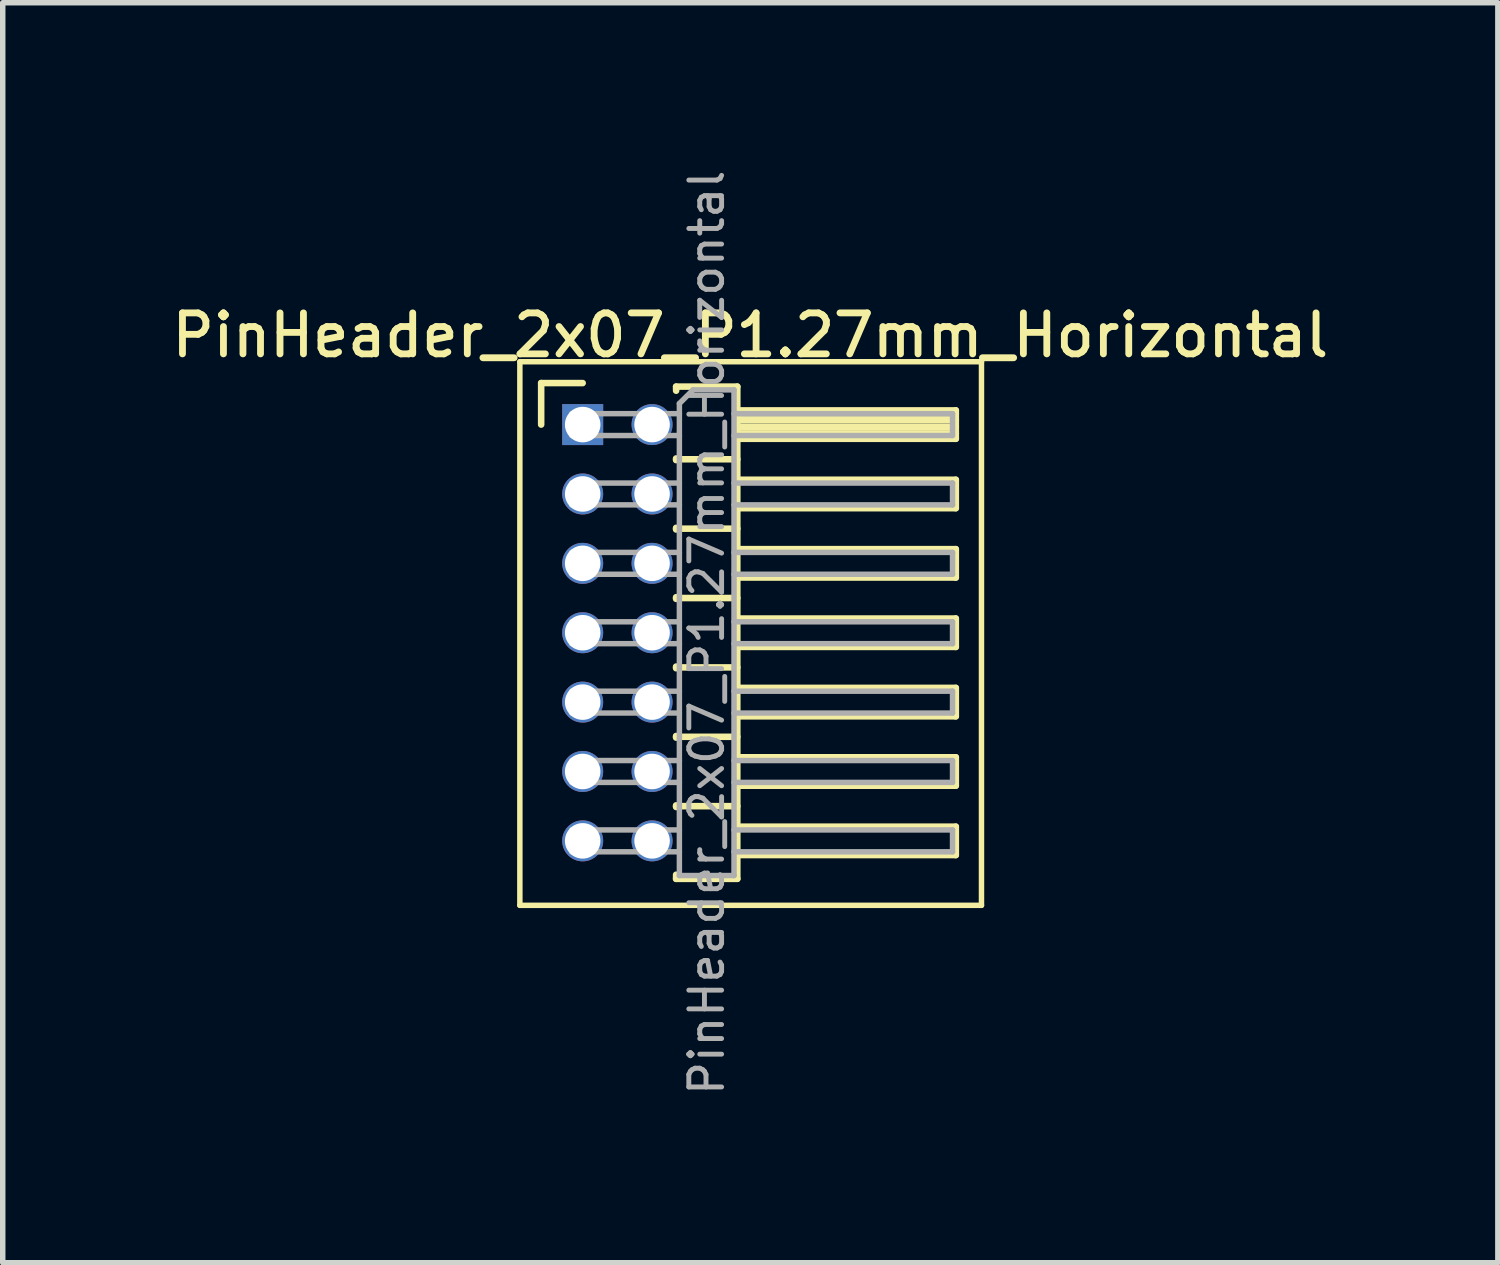
<source format=kicad_pcb>
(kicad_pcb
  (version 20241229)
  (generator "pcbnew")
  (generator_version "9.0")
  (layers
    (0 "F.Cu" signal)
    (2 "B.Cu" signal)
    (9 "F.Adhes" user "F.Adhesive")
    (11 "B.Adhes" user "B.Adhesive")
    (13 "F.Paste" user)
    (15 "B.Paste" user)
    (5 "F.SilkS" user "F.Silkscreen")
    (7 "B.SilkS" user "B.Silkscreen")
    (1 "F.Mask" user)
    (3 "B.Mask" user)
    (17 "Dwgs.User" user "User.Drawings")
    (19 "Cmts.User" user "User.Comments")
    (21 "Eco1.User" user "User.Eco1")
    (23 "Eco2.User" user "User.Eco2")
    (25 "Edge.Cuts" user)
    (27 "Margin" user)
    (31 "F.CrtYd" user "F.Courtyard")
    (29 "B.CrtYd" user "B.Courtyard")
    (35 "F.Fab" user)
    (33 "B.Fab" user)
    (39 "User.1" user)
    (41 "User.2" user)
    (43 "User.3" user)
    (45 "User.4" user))
  (footprint "PinHeader_2x07_P1.27mm_Horizontal"
    (layer "F.Cu")
    (at 7.616 4.722)
    (property "Reference" "PinHeader_2x07_P1.27mm_Horizontal" (at 3.067 -1.635 0) (layer "F.SilkS") (effects (font (size 0.75 0.75) (thickness 0.125))))
    (attr through_hole)
    (fp_line (start -1.15 -1.15) (end -1.15 8.8) (stroke (width 0.1) (type solid)) (layer "F.SilkS"))
    (fp_line (start -1.15 8.8) (end 7.3 8.8) (stroke (width 0.1) (type solid)) (layer "F.SilkS"))
    (fp_line (start -0.76 -0.76) (end 0 -0.76) (stroke (width 0.12) (type solid)) (layer "F.SilkS"))
    (fp_line (start -0.76 0) (end -0.76 -0.76) (stroke (width 0.12) (type solid)) (layer "F.SilkS"))
    (fp_line (start 1.71 -0.695) (end 2.83 -0.695) (stroke (width 0.12) (type solid)) (layer "F.SilkS"))
    (fp_line (start 1.71 -0.62) (end 1.71 -0.695) (stroke (width 0.12) (type solid)) (layer "F.SilkS"))
    (fp_line (start 1.71 0.62) (end 1.71 0.65) (stroke (width 0.12) (type solid)) (layer "F.SilkS"))
    (fp_line (start 1.71 0.635) (end 2.83 0.635) (stroke (width 0.12) (type solid)) (layer "F.SilkS"))
    (fp_line (start 1.71 1.89) (end 1.71 1.92) (stroke (width 0.12) (type solid)) (layer "F.SilkS"))
    (fp_line (start 1.71 1.905) (end 2.83 1.905) (stroke (width 0.12) (type solid)) (layer "F.SilkS"))
    (fp_line (start 1.71 3.16) (end 1.71 3.19) (stroke (width 0.12) (type solid)) (layer "F.SilkS"))
    (fp_line (start 1.71 3.175) (end 2.83 3.175) (stroke (width 0.12) (type solid)) (layer "F.SilkS"))
    (fp_line (start 1.71 4.43) (end 1.71 4.46) (stroke (width 0.12) (type solid)) (layer "F.SilkS"))
    (fp_line (start 1.71 4.445) (end 2.83 4.445) (stroke (width 0.12) (type solid)) (layer "F.SilkS"))
    (fp_line (start 1.71 5.7) (end 1.71 5.73) (stroke (width 0.12) (type solid)) (layer "F.SilkS"))
    (fp_line (start 1.71 5.715) (end 2.83 5.715) (stroke (width 0.12) (type solid)) (layer "F.SilkS"))
    (fp_line (start 1.71 6.97) (end 1.71 7) (stroke (width 0.12) (type solid)) (layer "F.SilkS"))
    (fp_line (start 1.71 6.985) (end 2.83 6.985) (stroke (width 0.12) (type solid)) (layer "F.SilkS"))
    (fp_line (start 1.71 8.315) (end 1.71 8.24) (stroke (width 0.12) (type solid)) (layer "F.SilkS"))
    (fp_line (start 2.83 -0.695) (end 2.83 8.315) (stroke (width 0.12) (type solid)) (layer "F.SilkS"))
    (fp_line (start 2.83 -0.26) (end 6.83 -0.26) (stroke (width 0.12) (type solid)) (layer "F.SilkS"))
    (fp_line (start 2.83 -0.2) (end 6.83 -0.2) (stroke (width 0.12) (type solid)) (layer "F.SilkS"))
    (fp_line (start 2.83 -0.08) (end 6.83 -0.08) (stroke (width 0.12) (type solid)) (layer "F.SilkS"))
    (fp_line (start 2.83 0.04) (end 6.83 0.04) (stroke (width 0.12) (type solid)) (layer "F.SilkS"))
    (fp_line (start 2.83 0.16) (end 6.83 0.16) (stroke (width 0.12) (type solid)) (layer "F.SilkS"))
    (fp_line (start 2.83 1.01) (end 6.83 1.01) (stroke (width 0.12) (type solid)) (layer "F.SilkS"))
    (fp_line (start 2.83 2.28) (end 6.83 2.28) (stroke (width 0.12) (type solid)) (layer "F.SilkS"))
    (fp_line (start 2.83 3.55) (end 6.83 3.55) (stroke (width 0.12) (type solid)) (layer "F.SilkS"))
    (fp_line (start 2.83 4.82) (end 6.83 4.82) (stroke (width 0.12) (type solid)) (layer "F.SilkS"))
    (fp_line (start 2.83 6.09) (end 6.83 6.09) (stroke (width 0.12) (type solid)) (layer "F.SilkS"))
    (fp_line (start 2.83 7.36) (end 6.83 7.36) (stroke (width 0.12) (type solid)) (layer "F.SilkS"))
    (fp_line (start 2.83 8.315) (end 1.71 8.315) (stroke (width 0.12) (type solid)) (layer "F.SilkS"))
    (fp_line (start 6.83 -0.26) (end 6.83 0.26) (stroke (width 0.12) (type solid)) (layer "F.SilkS"))
    (fp_line (start 6.83 0.26) (end 2.83 0.26) (stroke (width 0.12) (type solid)) (layer "F.SilkS"))
    (fp_line (start 6.83 1.01) (end 6.83 1.53) (stroke (width 0.12) (type solid)) (layer "F.SilkS"))
    (fp_line (start 6.83 1.53) (end 2.83 1.53) (stroke (width 0.12) (type solid)) (layer "F.SilkS"))
    (fp_line (start 6.83 2.28) (end 6.83 2.8) (stroke (width 0.12) (type solid)) (layer "F.SilkS"))
    (fp_line (start 6.83 2.8) (end 2.83 2.8) (stroke (width 0.12) (type solid)) (layer "F.SilkS"))
    (fp_line (start 6.83 3.55) (end 6.83 4.07) (stroke (width 0.12) (type solid)) (layer "F.SilkS"))
    (fp_line (start 6.83 4.07) (end 2.83 4.07) (stroke (width 0.12) (type solid)) (layer "F.SilkS"))
    (fp_line (start 6.83 4.82) (end 6.83 5.34) (stroke (width 0.12) (type solid)) (layer "F.SilkS"))
    (fp_line (start 6.83 5.34) (end 2.83 5.34) (stroke (width 0.12) (type solid)) (layer "F.SilkS"))
    (fp_line (start 6.83 6.09) (end 6.83 6.61) (stroke (width 0.12) (type solid)) (layer "F.SilkS"))
    (fp_line (start 6.83 6.61) (end 2.83 6.61) (stroke (width 0.12) (type solid)) (layer "F.SilkS"))
    (fp_line (start 6.83 7.36) (end 6.83 7.88) (stroke (width 0.12) (type solid)) (layer "F.SilkS"))
    (fp_line (start 6.83 7.88) (end 2.83 7.88) (stroke (width 0.12) (type solid)) (layer "F.SilkS"))
    (fp_line (start 7.3 -1.15) (end -1.15 -1.15) (stroke (width 0.1) (type solid)) (layer "F.SilkS"))
    (fp_line (start 7.3 8.8) (end 7.3 -1.15) (stroke (width 0.1) (type solid)) (layer "F.SilkS"))
    (fp_line (start -0.2 -0.2) (end -0.2 0.2) (stroke (width 0.1) (type solid)) (layer "F.Fab"))
    (fp_line (start -0.2 -0.2) (end 1.77 -0.2) (stroke (width 0.1) (type solid)) (layer "F.Fab"))
    (fp_line (start -0.2 0.2) (end 1.77 0.2) (stroke (width 0.1) (type solid)) (layer "F.Fab"))
    (fp_line (start -0.2 1.07) (end -0.2 1.47) (stroke (width 0.1) (type solid)) (layer "F.Fab"))
    (fp_line (start -0.2 1.07) (end 1.77 1.07) (stroke (width 0.1) (type solid)) (layer "F.Fab"))
    (fp_line (start -0.2 1.47) (end 1.77 1.47) (stroke (width 0.1) (type solid)) (layer "F.Fab"))
    (fp_line (start -0.2 2.34) (end -0.2 2.74) (stroke (width 0.1) (type solid)) (layer "F.Fab"))
    (fp_line (start -0.2 2.34) (end 1.77 2.34) (stroke (width 0.1) (type solid)) (layer "F.Fab"))
    (fp_line (start -0.2 2.74) (end 1.77 2.74) (stroke (width 0.1) (type solid)) (layer "F.Fab"))
    (fp_line (start -0.2 3.61) (end -0.2 4.01) (stroke (width 0.1) (type solid)) (layer "F.Fab"))
    (fp_line (start -0.2 3.61) (end 1.77 3.61) (stroke (width 0.1) (type solid)) (layer "F.Fab"))
    (fp_line (start -0.2 4.01) (end 1.77 4.01) (stroke (width 0.1) (type solid)) (layer "F.Fab"))
    (fp_line (start -0.2 4.88) (end -0.2 5.28) (stroke (width 0.1) (type solid)) (layer "F.Fab"))
    (fp_line (start -0.2 4.88) (end 1.77 4.88) (stroke (width 0.1) (type solid)) (layer "F.Fab"))
    (fp_line (start -0.2 5.28) (end 1.77 5.28) (stroke (width 0.1) (type solid)) (layer "F.Fab"))
    (fp_line (start -0.2 6.15) (end -0.2 6.55) (stroke (width 0.1) (type solid)) (layer "F.Fab"))
    (fp_line (start -0.2 6.15) (end 1.77 6.15) (stroke (width 0.1) (type solid)) (layer "F.Fab"))
    (fp_line (start -0.2 6.55) (end 1.77 6.55) (stroke (width 0.1) (type solid)) (layer "F.Fab"))
    (fp_line (start -0.2 7.42) (end -0.2 7.82) (stroke (width 0.1) (type solid)) (layer "F.Fab"))
    (fp_line (start -0.2 7.42) (end 1.77 7.42) (stroke (width 0.1) (type solid)) (layer "F.Fab"))
    (fp_line (start -0.2 7.82) (end 1.77 7.82) (stroke (width 0.1) (type solid)) (layer "F.Fab"))
    (fp_line (start 1.77 -0.385) (end 2.02 -0.635) (stroke (width 0.1) (type solid)) (layer "F.Fab"))
    (fp_line (start 1.77 8.255) (end 1.77 -0.385) (stroke (width 0.1) (type solid)) (layer "F.Fab"))
    (fp_line (start 2.02 -0.635) (end 2.77 -0.635) (stroke (width 0.1) (type solid)) (layer "F.Fab"))
    (fp_line (start 2.77 -0.635) (end 2.77 8.255) (stroke (width 0.1) (type solid)) (layer "F.Fab"))
    (fp_line (start 2.77 -0.2) (end 6.77 -0.2) (stroke (width 0.1) (type solid)) (layer "F.Fab"))
    (fp_line (start 2.77 0.2) (end 6.77 0.2) (stroke (width 0.1) (type solid)) (layer "F.Fab"))
    (fp_line (start 2.77 1.07) (end 6.77 1.07) (stroke (width 0.1) (type solid)) (layer "F.Fab"))
    (fp_line (start 2.77 1.47) (end 6.77 1.47) (stroke (width 0.1) (type solid)) (layer "F.Fab"))
    (fp_line (start 2.77 2.34) (end 6.77 2.34) (stroke (width 0.1) (type solid)) (layer "F.Fab"))
    (fp_line (start 2.77 2.74) (end 6.77 2.74) (stroke (width 0.1) (type solid)) (layer "F.Fab"))
    (fp_line (start 2.77 3.61) (end 6.77 3.61) (stroke (width 0.1) (type solid)) (layer "F.Fab"))
    (fp_line (start 2.77 4.01) (end 6.77 4.01) (stroke (width 0.1) (type solid)) (layer "F.Fab"))
    (fp_line (start 2.77 4.88) (end 6.77 4.88) (stroke (width 0.1) (type solid)) (layer "F.Fab"))
    (fp_line (start 2.77 5.28) (end 6.77 5.28) (stroke (width 0.1) (type solid)) (layer "F.Fab"))
    (fp_line (start 2.77 6.15) (end 6.77 6.15) (stroke (width 0.1) (type solid)) (layer "F.Fab"))
    (fp_line (start 2.77 6.55) (end 6.77 6.55) (stroke (width 0.1) (type solid)) (layer "F.Fab"))
    (fp_line (start 2.77 7.42) (end 6.77 7.42) (stroke (width 0.1) (type solid)) (layer "F.Fab"))
    (fp_line (start 2.77 7.82) (end 6.77 7.82) (stroke (width 0.1) (type solid)) (layer "F.Fab"))
    (fp_line (start 2.77 8.255) (end 1.77 8.255) (stroke (width 0.1) (type solid)) (layer "F.Fab"))
    (fp_line (start 6.77 -0.2) (end 6.77 0.2) (stroke (width 0.1) (type solid)) (layer "F.Fab"))
    (fp_line (start 6.77 1.07) (end 6.77 1.47) (stroke (width 0.1) (type solid)) (layer "F.Fab"))
    (fp_line (start 6.77 2.34) (end 6.77 2.74) (stroke (width 0.1) (type solid)) (layer "F.Fab"))
    (fp_line (start 6.77 3.61) (end 6.77 4.01) (stroke (width 0.1) (type solid)) (layer "F.Fab"))
    (fp_line (start 6.77 4.88) (end 6.77 5.28) (stroke (width 0.1) (type solid)) (layer "F.Fab"))
    (fp_line (start 6.77 6.15) (end 6.77 6.55) (stroke (width 0.1) (type solid)) (layer "F.Fab"))
    (fp_line (start 6.77 7.42) (end 6.77 7.82) (stroke (width 0.1) (type solid)) (layer "F.Fab"))
    (fp_text user "${REFERENCE}" (at 2.27 3.81 90) (layer "F.Fab") (effects (font (size 0.6 0.6) (thickness 0.09))))
    (pad "1" thru_hole rect (at 0 0) (size 0.75 0.75) (drill 0.65) (layers "*.Cu" "*.Mask"))
    (pad "2" thru_hole oval (at 1.27 0) (size 0.75 0.75) (drill 0.65) (layers "*.Cu" "*.Mask"))
    (pad "3" thru_hole oval (at 0 1.27) (size 0.75 0.75) (drill 0.65) (layers "*.Cu" "*.Mask"))
    (pad "4" thru_hole oval (at 1.27 1.27) (size 0.75 0.75) (drill 0.65) (layers "*.Cu" "*.Mask"))
    (pad "5" thru_hole oval (at 0 2.54) (size 0.75 0.75) (drill 0.65) (layers "*.Cu" "*.Mask"))
    (pad "6" thru_hole oval (at 1.27 2.54) (size 0.75 0.75) (drill 0.65) (layers "*.Cu" "*.Mask"))
    (pad "7" thru_hole oval (at 0 3.81) (size 0.75 0.75) (drill 0.65) (layers "*.Cu" "*.Mask"))
    (pad "8" thru_hole oval (at 1.27 3.81) (size 0.75 0.75) (drill 0.65) (layers "*.Cu" "*.Mask"))
    (pad "9" thru_hole oval (at 0 5.08) (size 0.75 0.75) (drill 0.65) (layers "*.Cu" "*.Mask"))
    (pad "10" thru_hole oval (at 1.27 5.08) (size 0.75 0.75) (drill 0.65) (layers "*.Cu" "*.Mask"))
    (pad "11" thru_hole oval (at 0 6.35) (size 0.75 0.75) (drill 0.65) (layers "*.Cu" "*.Mask"))
    (pad "12" thru_hole oval (at 1.27 6.35) (size 0.75 0.75) (drill 0.65) (layers "*.Cu" "*.Mask"))
    (pad "13" thru_hole oval (at 0 7.62) (size 0.75 0.75) (drill 0.65) (layers "*.Cu" "*.Mask"))
    (pad "14" thru_hole oval (at 1.27 7.62) (size 0.75 0.75) (drill 0.65) (layers "*.Cu" "*.Mask")))
  (gr_rect
    (start -3 -3)
    (end 24.368 20.064)
    (stroke (width 0.1) (type default))
    (fill no)
    (layer "Edge.Cuts")))
</source>
